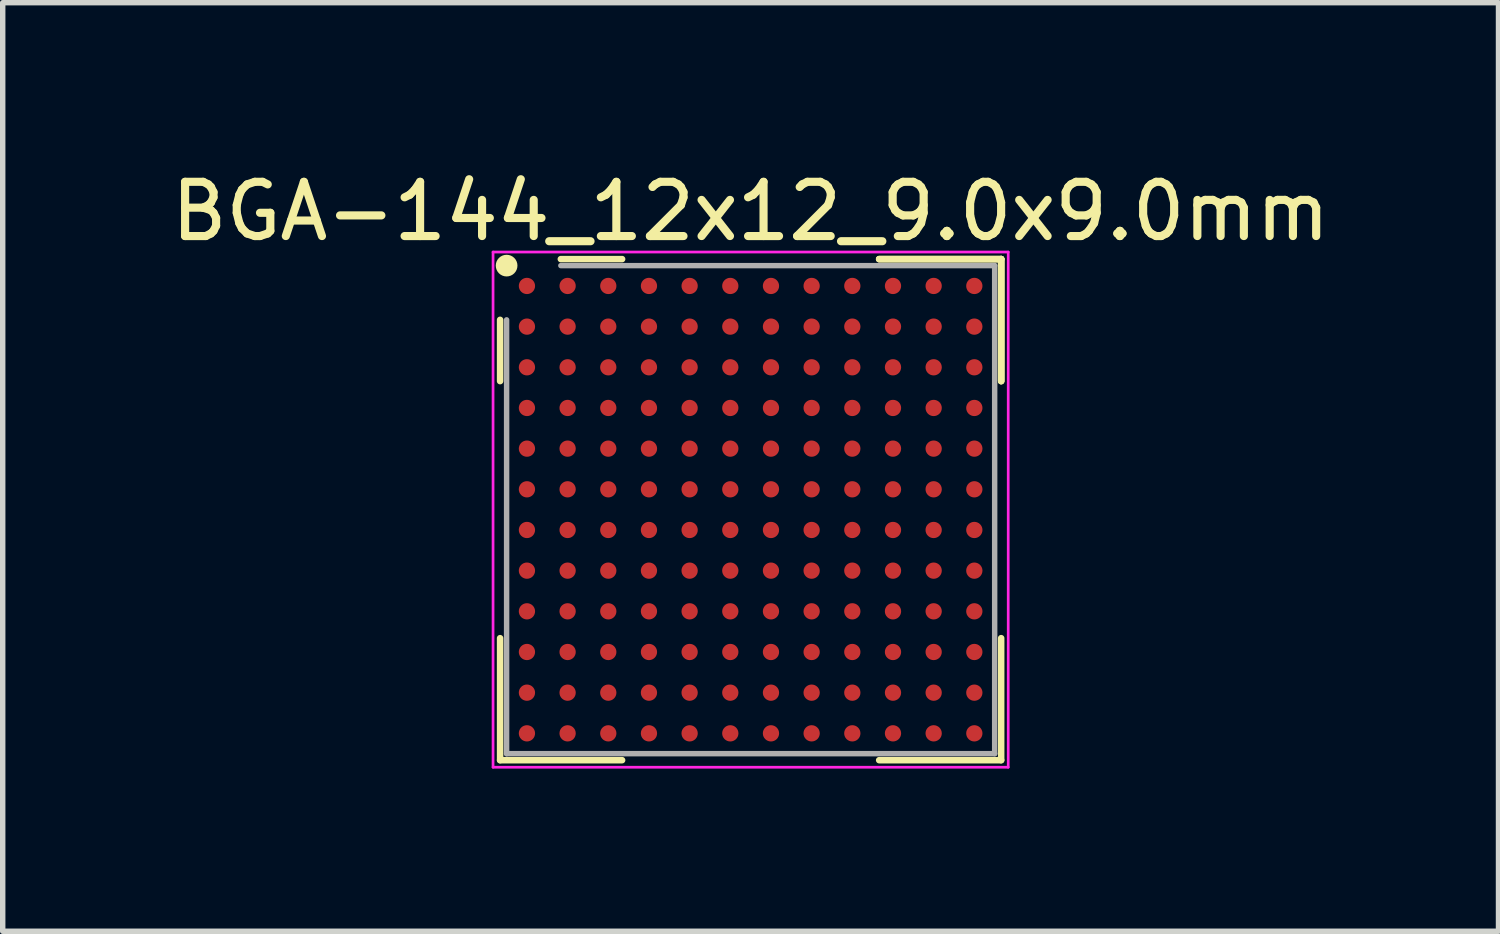
<source format=kicad_pcb>
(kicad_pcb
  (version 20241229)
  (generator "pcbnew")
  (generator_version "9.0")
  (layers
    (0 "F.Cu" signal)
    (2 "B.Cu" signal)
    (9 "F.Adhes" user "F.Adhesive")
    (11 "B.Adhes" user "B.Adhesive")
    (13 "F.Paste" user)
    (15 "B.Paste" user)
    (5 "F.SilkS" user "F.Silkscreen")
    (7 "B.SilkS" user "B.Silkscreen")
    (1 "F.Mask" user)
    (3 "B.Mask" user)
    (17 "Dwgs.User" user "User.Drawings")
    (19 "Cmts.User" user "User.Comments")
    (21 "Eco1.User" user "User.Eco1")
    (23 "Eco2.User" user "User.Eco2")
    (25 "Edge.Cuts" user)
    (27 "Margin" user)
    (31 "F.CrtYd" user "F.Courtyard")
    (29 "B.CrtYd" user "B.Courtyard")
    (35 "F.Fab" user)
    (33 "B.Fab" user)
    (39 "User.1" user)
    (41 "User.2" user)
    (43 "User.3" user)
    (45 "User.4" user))
  (footprint "BGA-144_12x12_9.0x9.0mm"
    (layer "F.Cu")
    (at 10.792 6.348)
    (property "Reference" "BGA-144_12x12_9.0x9.0mm" (at 0 -5.5 0) (layer "F.SilkS") (effects (font (size 1 1) (thickness 0.15))))
    (attr smd)
    (fp_line (start -4.62 -3.5) (end -4.62 -2.37) (stroke (width 0.12) (type solid)) (layer "F.SilkS"))
    (fp_line (start -4.62 4.62) (end -4.62 2.37) (stroke (width 0.12) (type solid)) (layer "F.SilkS"))
    (fp_line (start -2.37 -4.62) (end -3.5 -4.62) (stroke (width 0.12) (type solid)) (layer "F.SilkS"))
    (fp_line (start -2.37 4.62) (end -4.62 4.62) (stroke (width 0.12) (type solid)) (layer "F.SilkS"))
    (fp_line (start 2.37 -4.62) (end 4.62 -4.62) (stroke (width 0.12) (type solid)) (layer "F.SilkS"))
    (fp_line (start 2.37 -4.62) (end 4.62 -4.62) (stroke (width 0.12) (type solid)) (layer "F.SilkS"))
    (fp_line (start 2.37 -4.62) (end 4.62 -4.62) (stroke (width 0.12) (type solid)) (layer "F.SilkS"))
    (fp_line (start 2.37 4.62) (end 4.62 4.62) (stroke (width 0.12) (type solid)) (layer "F.SilkS"))
    (fp_line (start 4.62 -4.62) (end 4.62 -2.37) (stroke (width 0.12) (type solid)) (layer "F.SilkS"))
    (fp_line (start 4.62 -4.62) (end 4.62 -2.37) (stroke (width 0.12) (type solid)) (layer "F.SilkS"))
    (fp_line (start 4.62 -4.62) (end 4.62 -2.37) (stroke (width 0.12) (type solid)) (layer "F.SilkS"))
    (fp_line (start 4.62 4.62) (end 4.62 2.37) (stroke (width 0.12) (type solid)) (layer "F.SilkS"))
    (fp_circle (center -4.5 -4.5) (end -4.5 -4.4) (stroke (width 0.2) (type solid)) (fill no) (layer "F.SilkS"))
    (fp_line (start -4.75 -4.75) (end 4.75 -4.75) (stroke (width 0.05) (type solid)) (layer "F.CrtYd"))
    (fp_line (start -4.75 4.75) (end -4.75 -4.75) (stroke (width 0.05) (type solid)) (layer "F.CrtYd"))
    (fp_line (start 4.75 -4.75) (end 4.75 4.75) (stroke (width 0.05) (type solid)) (layer "F.CrtYd"))
    (fp_line (start 4.75 4.75) (end -4.75 4.75) (stroke (width 0.05) (type solid)) (layer "F.CrtYd"))
    (fp_line (start -4.5 -3.5) (end -4.5 4.5) (stroke (width 0.1) (type solid)) (layer "F.Fab"))
    (fp_line (start -4.5 4.5) (end 4.5 4.5) (stroke (width 0.1) (type solid)) (layer "F.Fab"))
    (fp_line (start 4.5 -4.5) (end -3.5 -4.5) (stroke (width 0.1) (type solid)) (layer "F.Fab"))
    (fp_line (start 4.5 4.5) (end 4.5 -4.5) (stroke (width 0.1) (type solid)) (layer "F.Fab"))
    (pad "A1" smd circle (at -4.125 -4.125) (size 0.3 0.3) (layers "F.Cu" "F.Mask" "F.Paste"))
    (pad "A2" smd circle (at -3.375 -4.125) (size 0.3 0.3) (layers "F.Cu" "F.Mask" "F.Paste"))
    (pad "A3" smd circle (at -2.625 -4.125) (size 0.3 0.3) (layers "F.Cu" "F.Mask" "F.Paste"))
    (pad "A4" smd circle (at -1.875 -4.125) (size 0.3 0.3) (layers "F.Cu" "F.Mask" "F.Paste"))
    (pad "A5" smd circle (at -1.125 -4.125) (size 0.3 0.3) (layers "F.Cu" "F.Mask" "F.Paste"))
    (pad "A6" smd circle (at -0.375 -4.125) (size 0.3 0.3) (layers "F.Cu" "F.Mask" "F.Paste"))
    (pad "A7" smd circle (at 0.375 -4.125) (size 0.3 0.3) (layers "F.Cu" "F.Mask" "F.Paste"))
    (pad "A8" smd circle (at 1.125 -4.125) (size 0.3 0.3) (layers "F.Cu" "F.Mask" "F.Paste"))
    (pad "A9" smd circle (at 1.875 -4.125) (size 0.3 0.3) (layers "F.Cu" "F.Mask" "F.Paste"))
    (pad "A10" smd circle (at 2.625 -4.125) (size 0.3 0.3) (layers "F.Cu" "F.Mask" "F.Paste"))
    (pad "A11" smd circle (at 3.375 -4.125) (size 0.3 0.3) (layers "F.Cu" "F.Mask" "F.Paste"))
    (pad "A12" smd circle (at 4.125 -4.125) (size 0.3 0.3) (layers "F.Cu" "F.Mask" "F.Paste"))
    (pad "B1" smd circle (at -4.125 -3.375) (size 0.3 0.3) (layers "F.Cu" "F.Mask" "F.Paste"))
    (pad "B2" smd circle (at -3.375 -3.375) (size 0.3 0.3) (layers "F.Cu" "F.Mask" "F.Paste"))
    (pad "B3" smd circle (at -2.625 -3.375) (size 0.3 0.3) (layers "F.Cu" "F.Mask" "F.Paste"))
    (pad "B4" smd circle (at -1.875 -3.375) (size 0.3 0.3) (layers "F.Cu" "F.Mask" "F.Paste"))
    (pad "B5" smd circle (at -1.125 -3.375) (size 0.3 0.3) (layers "F.Cu" "F.Mask" "F.Paste"))
    (pad "B6" smd circle (at -0.375 -3.375) (size 0.3 0.3) (layers "F.Cu" "F.Mask" "F.Paste"))
    (pad "B7" smd circle (at 0.375 -3.375) (size 0.3 0.3) (layers "F.Cu" "F.Mask" "F.Paste"))
    (pad "B8" smd circle (at 1.125 -3.375) (size 0.3 0.3) (layers "F.Cu" "F.Mask" "F.Paste"))
    (pad "B9" smd circle (at 1.875 -3.375) (size 0.3 0.3) (layers "F.Cu" "F.Mask" "F.Paste"))
    (pad "B10" smd circle (at 2.625 -3.375) (size 0.3 0.3) (layers "F.Cu" "F.Mask" "F.Paste"))
    (pad "B11" smd circle (at 3.375 -3.375) (size 0.3 0.3) (layers "F.Cu" "F.Mask" "F.Paste"))
    (pad "B12" smd circle (at 4.125 -3.375) (size 0.3 0.3) (layers "F.Cu" "F.Mask" "F.Paste"))
    (pad "C1" smd circle (at -4.125 -2.625) (size 0.3 0.3) (layers "F.Cu" "F.Mask" "F.Paste"))
    (pad "C2" smd circle (at -3.375 -2.625) (size 0.3 0.3) (layers "F.Cu" "F.Mask" "F.Paste"))
    (pad "C3" smd circle (at -2.625 -2.625) (size 0.3 0.3) (layers "F.Cu" "F.Mask" "F.Paste"))
    (pad "C4" smd circle (at -1.875 -2.625) (size 0.3 0.3) (layers "F.Cu" "F.Mask" "F.Paste"))
    (pad "C5" smd circle (at -1.125 -2.625) (size 0.3 0.3) (layers "F.Cu" "F.Mask" "F.Paste"))
    (pad "C6" smd circle (at -0.375 -2.625) (size 0.3 0.3) (layers "F.Cu" "F.Mask" "F.Paste"))
    (pad "C7" smd circle (at 0.375 -2.625) (size 0.3 0.3) (layers "F.Cu" "F.Mask" "F.Paste"))
    (pad "C8" smd circle (at 1.125 -2.625) (size 0.3 0.3) (layers "F.Cu" "F.Mask" "F.Paste"))
    (pad "C9" smd circle (at 1.875 -2.625) (size 0.3 0.3) (layers "F.Cu" "F.Mask" "F.Paste"))
    (pad "C10" smd circle (at 2.625 -2.625) (size 0.3 0.3) (layers "F.Cu" "F.Mask" "F.Paste"))
    (pad "C11" smd circle (at 3.375 -2.625) (size 0.3 0.3) (layers "F.Cu" "F.Mask" "F.Paste"))
    (pad "C12" smd circle (at 4.125 -2.625) (size 0.3 0.3) (layers "F.Cu" "F.Mask" "F.Paste"))
    (pad "D1" smd circle (at -4.125 -1.875) (size 0.3 0.3) (layers "F.Cu" "F.Mask" "F.Paste"))
    (pad "D2" smd circle (at -3.375 -1.875) (size 0.3 0.3) (layers "F.Cu" "F.Mask" "F.Paste"))
    (pad "D3" smd circle (at -2.625 -1.875) (size 0.3 0.3) (layers "F.Cu" "F.Mask" "F.Paste"))
    (pad "D4" smd circle (at -1.875 -1.875) (size 0.3 0.3) (layers "F.Cu" "F.Mask" "F.Paste"))
    (pad "D5" smd circle (at -1.125 -1.875) (size 0.3 0.3) (layers "F.Cu" "F.Mask" "F.Paste"))
    (pad "D6" smd circle (at -0.375 -1.875) (size 0.3 0.3) (layers "F.Cu" "F.Mask" "F.Paste"))
    (pad "D7" smd circle (at 0.375 -1.875) (size 0.3 0.3) (layers "F.Cu" "F.Mask" "F.Paste"))
    (pad "D8" smd circle (at 1.125 -1.875) (size 0.3 0.3) (layers "F.Cu" "F.Mask" "F.Paste"))
    (pad "D9" smd circle (at 1.875 -1.875) (size 0.3 0.3) (layers "F.Cu" "F.Mask" "F.Paste"))
    (pad "D10" smd circle (at 2.625 -1.875) (size 0.3 0.3) (layers "F.Cu" "F.Mask" "F.Paste"))
    (pad "D11" smd circle (at 3.375 -1.875) (size 0.3 0.3) (layers "F.Cu" "F.Mask" "F.Paste"))
    (pad "D12" smd circle (at 4.125 -1.875) (size 0.3 0.3) (layers "F.Cu" "F.Mask" "F.Paste"))
    (pad "E1" smd circle (at -4.125 -1.125) (size 0.3 0.3) (layers "F.Cu" "F.Mask" "F.Paste"))
    (pad "E2" smd circle (at -3.375 -1.125) (size 0.3 0.3) (layers "F.Cu" "F.Mask" "F.Paste"))
    (pad "E3" smd circle (at -2.625 -1.125) (size 0.3 0.3) (layers "F.Cu" "F.Mask" "F.Paste"))
    (pad "E4" smd circle (at -1.875 -1.125) (size 0.3 0.3) (layers "F.Cu" "F.Mask" "F.Paste"))
    (pad "E5" smd circle (at -1.125 -1.125) (size 0.3 0.3) (layers "F.Cu" "F.Mask" "F.Paste"))
    (pad "E6" smd circle (at -0.375 -1.125) (size 0.3 0.3) (layers "F.Cu" "F.Mask" "F.Paste"))
    (pad "E7" smd circle (at 0.375 -1.125) (size 0.3 0.3) (layers "F.Cu" "F.Mask" "F.Paste"))
    (pad "E8" smd circle (at 1.125 -1.125) (size 0.3 0.3) (layers "F.Cu" "F.Mask" "F.Paste"))
    (pad "E9" smd circle (at 1.875 -1.125) (size 0.3 0.3) (layers "F.Cu" "F.Mask" "F.Paste"))
    (pad "E10" smd circle (at 2.625 -1.125) (size 0.3 0.3) (layers "F.Cu" "F.Mask" "F.Paste"))
    (pad "E11" smd circle (at 3.375 -1.125) (size 0.3 0.3) (layers "F.Cu" "F.Mask" "F.Paste"))
    (pad "E12" smd circle (at 4.125 -1.125) (size 0.3 0.3) (layers "F.Cu" "F.Mask" "F.Paste"))
    (pad "F1" smd circle (at -4.125 -0.375) (size 0.3 0.3) (layers "F.Cu" "F.Mask" "F.Paste"))
    (pad "F2" smd circle (at -3.375 -0.375) (size 0.3 0.3) (layers "F.Cu" "F.Mask" "F.Paste"))
    (pad "F3" smd circle (at -2.625 -0.375) (size 0.3 0.3) (layers "F.Cu" "F.Mask" "F.Paste"))
    (pad "F4" smd circle (at -1.875 -0.375) (size 0.3 0.3) (layers "F.Cu" "F.Mask" "F.Paste"))
    (pad "F5" smd circle (at -1.125 -0.375) (size 0.3 0.3) (layers "F.Cu" "F.Mask" "F.Paste"))
    (pad "F6" smd circle (at -0.375 -0.375) (size 0.3 0.3) (layers "F.Cu" "F.Mask" "F.Paste"))
    (pad "F7" smd circle (at 0.375 -0.375) (size 0.3 0.3) (layers "F.Cu" "F.Mask" "F.Paste"))
    (pad "F8" smd circle (at 1.125 -0.375) (size 0.3 0.3) (layers "F.Cu" "F.Mask" "F.Paste"))
    (pad "F9" smd circle (at 1.875 -0.375) (size 0.3 0.3) (layers "F.Cu" "F.Mask" "F.Paste"))
    (pad "F10" smd circle (at 2.625 -0.375) (size 0.3 0.3) (layers "F.Cu" "F.Mask" "F.Paste"))
    (pad "F11" smd circle (at 3.375 -0.375) (size 0.3 0.3) (layers "F.Cu" "F.Mask" "F.Paste"))
    (pad "F12" smd circle (at 4.125 -0.375) (size 0.3 0.3) (layers "F.Cu" "F.Mask" "F.Paste"))
    (pad "G1" smd circle (at -4.125 0.375) (size 0.3 0.3) (layers "F.Cu" "F.Mask" "F.Paste"))
    (pad "G2" smd circle (at -3.375 0.375) (size 0.3 0.3) (layers "F.Cu" "F.Mask" "F.Paste"))
    (pad "G3" smd circle (at -2.625 0.375) (size 0.3 0.3) (layers "F.Cu" "F.Mask" "F.Paste"))
    (pad "G4" smd circle (at -1.875 0.375) (size 0.3 0.3) (layers "F.Cu" "F.Mask" "F.Paste"))
    (pad "G5" smd circle (at -1.125 0.375) (size 0.3 0.3) (layers "F.Cu" "F.Mask" "F.Paste"))
    (pad "G6" smd circle (at -0.375 0.375) (size 0.3 0.3) (layers "F.Cu" "F.Mask" "F.Paste"))
    (pad "G7" smd circle (at 0.375 0.375) (size 0.3 0.3) (layers "F.Cu" "F.Mask" "F.Paste"))
    (pad "G8" smd circle (at 1.125 0.375) (size 0.3 0.3) (layers "F.Cu" "F.Mask" "F.Paste"))
    (pad "G9" smd circle (at 1.875 0.375) (size 0.3 0.3) (layers "F.Cu" "F.Mask" "F.Paste"))
    (pad "G10" smd circle (at 2.625 0.375) (size 0.3 0.3) (layers "F.Cu" "F.Mask" "F.Paste"))
    (pad "G11" smd circle (at 3.375 0.375) (size 0.3 0.3) (layers "F.Cu" "F.Mask" "F.Paste"))
    (pad "G12" smd circle (at 4.125 0.375) (size 0.3 0.3) (layers "F.Cu" "F.Mask" "F.Paste"))
    (pad "H1" smd circle (at -4.125 1.125) (size 0.3 0.3) (layers "F.Cu" "F.Mask" "F.Paste"))
    (pad "H2" smd circle (at -3.375 1.125) (size 0.3 0.3) (layers "F.Cu" "F.Mask" "F.Paste"))
    (pad "H3" smd circle (at -2.625 1.125) (size 0.3 0.3) (layers "F.Cu" "F.Mask" "F.Paste"))
    (pad "H4" smd circle (at -1.875 1.125) (size 0.3 0.3) (layers "F.Cu" "F.Mask" "F.Paste"))
    (pad "H5" smd circle (at -1.125 1.125) (size 0.3 0.3) (layers "F.Cu" "F.Mask" "F.Paste"))
    (pad "H6" smd circle (at -0.375 1.125) (size 0.3 0.3) (layers "F.Cu" "F.Mask" "F.Paste"))
    (pad "H7" smd circle (at 0.375 1.125) (size 0.3 0.3) (layers "F.Cu" "F.Mask" "F.Paste"))
    (pad "H8" smd circle (at 1.125 1.125) (size 0.3 0.3) (layers "F.Cu" "F.Mask" "F.Paste"))
    (pad "H9" smd circle (at 1.875 1.125) (size 0.3 0.3) (layers "F.Cu" "F.Mask" "F.Paste"))
    (pad "H10" smd circle (at 2.625 1.125) (size 0.3 0.3) (layers "F.Cu" "F.Mask" "F.Paste"))
    (pad "H11" smd circle (at 3.375 1.125) (size 0.3 0.3) (layers "F.Cu" "F.Mask" "F.Paste"))
    (pad "H12" smd circle (at 4.125 1.125) (size 0.3 0.3) (layers "F.Cu" "F.Mask" "F.Paste"))
    (pad "J1" smd circle (at -4.125 1.875) (size 0.3 0.3) (layers "F.Cu" "F.Mask" "F.Paste"))
    (pad "J2" smd circle (at -3.375 1.875) (size 0.3 0.3) (layers "F.Cu" "F.Mask" "F.Paste"))
    (pad "J3" smd circle (at -2.625 1.875) (size 0.3 0.3) (layers "F.Cu" "F.Mask" "F.Paste"))
    (pad "J4" smd circle (at -1.875 1.875) (size 0.3 0.3) (layers "F.Cu" "F.Mask" "F.Paste"))
    (pad "J5" smd circle (at -1.125 1.875) (size 0.3 0.3) (layers "F.Cu" "F.Mask" "F.Paste"))
    (pad "J6" smd circle (at -0.375 1.875) (size 0.3 0.3) (layers "F.Cu" "F.Mask" "F.Paste"))
    (pad "J7" smd circle (at 0.375 1.875) (size 0.3 0.3) (layers "F.Cu" "F.Mask" "F.Paste"))
    (pad "J8" smd circle (at 1.125 1.875) (size 0.3 0.3) (layers "F.Cu" "F.Mask" "F.Paste"))
    (pad "J9" smd circle (at 1.875 1.875) (size 0.3 0.3) (layers "F.Cu" "F.Mask" "F.Paste"))
    (pad "J10" smd circle (at 2.625 1.875) (size 0.3 0.3) (layers "F.Cu" "F.Mask" "F.Paste"))
    (pad "J11" smd circle (at 3.375 1.875) (size 0.3 0.3) (layers "F.Cu" "F.Mask" "F.Paste"))
    (pad "J12" smd circle (at 4.125 1.875) (size 0.3 0.3) (layers "F.Cu" "F.Mask" "F.Paste"))
    (pad "K1" smd circle (at -4.125 2.625) (size 0.3 0.3) (layers "F.Cu" "F.Mask" "F.Paste"))
    (pad "K2" smd circle (at -3.375 2.625) (size 0.3 0.3) (layers "F.Cu" "F.Mask" "F.Paste"))
    (pad "K3" smd circle (at -2.625 2.625) (size 0.3 0.3) (layers "F.Cu" "F.Mask" "F.Paste"))
    (pad "K4" smd circle (at -1.875 2.625) (size 0.3 0.3) (layers "F.Cu" "F.Mask" "F.Paste"))
    (pad "K5" smd circle (at -1.125 2.625) (size 0.3 0.3) (layers "F.Cu" "F.Mask" "F.Paste"))
    (pad "K6" smd circle (at -0.375 2.625) (size 0.3 0.3) (layers "F.Cu" "F.Mask" "F.Paste"))
    (pad "K7" smd circle (at 0.375 2.625) (size 0.3 0.3) (layers "F.Cu" "F.Mask" "F.Paste"))
    (pad "K8" smd circle (at 1.125 2.625) (size 0.3 0.3) (layers "F.Cu" "F.Mask" "F.Paste"))
    (pad "K9" smd circle (at 1.875 2.625) (size 0.3 0.3) (layers "F.Cu" "F.Mask" "F.Paste"))
    (pad "K10" smd circle (at 2.625 2.625) (size 0.3 0.3) (layers "F.Cu" "F.Mask" "F.Paste"))
    (pad "K11" smd circle (at 3.375 2.625) (size 0.3 0.3) (layers "F.Cu" "F.Mask" "F.Paste"))
    (pad "K12" smd circle (at 4.125 2.625) (size 0.3 0.3) (layers "F.Cu" "F.Mask" "F.Paste"))
    (pad "L1" smd circle (at -4.125 3.375) (size 0.3 0.3) (layers "F.Cu" "F.Mask" "F.Paste"))
    (pad "L2" smd circle (at -3.375 3.375) (size 0.3 0.3) (layers "F.Cu" "F.Mask" "F.Paste"))
    (pad "L3" smd circle (at -2.625 3.375) (size 0.3 0.3) (layers "F.Cu" "F.Mask" "F.Paste"))
    (pad "L4" smd circle (at -1.875 3.375) (size 0.3 0.3) (layers "F.Cu" "F.Mask" "F.Paste"))
    (pad "L5" smd circle (at -1.125 3.375) (size 0.3 0.3) (layers "F.Cu" "F.Mask" "F.Paste"))
    (pad "L6" smd circle (at -0.375 3.375) (size 0.3 0.3) (layers "F.Cu" "F.Mask" "F.Paste"))
    (pad "L7" smd circle (at 0.375 3.375) (size 0.3 0.3) (layers "F.Cu" "F.Mask" "F.Paste"))
    (pad "L8" smd circle (at 1.125 3.375) (size 0.3 0.3) (layers "F.Cu" "F.Mask" "F.Paste"))
    (pad "L9" smd circle (at 1.875 3.375) (size 0.3 0.3) (layers "F.Cu" "F.Mask" "F.Paste"))
    (pad "L10" smd circle (at 2.625 3.375) (size 0.3 0.3) (layers "F.Cu" "F.Mask" "F.Paste"))
    (pad "L11" smd circle (at 3.375 3.375) (size 0.3 0.3) (layers "F.Cu" "F.Mask" "F.Paste"))
    (pad "L12" smd circle (at 4.125 3.375) (size 0.3 0.3) (layers "F.Cu" "F.Mask" "F.Paste"))
    (pad "M1" smd circle (at -4.125 4.125) (size 0.3 0.3) (layers "F.Cu" "F.Mask" "F.Paste"))
    (pad "M2" smd circle (at -3.375 4.125) (size 0.3 0.3) (layers "F.Cu" "F.Mask" "F.Paste"))
    (pad "M3" smd circle (at -2.625 4.125) (size 0.3 0.3) (layers "F.Cu" "F.Mask" "F.Paste"))
    (pad "M4" smd circle (at -1.875 4.125) (size 0.3 0.3) (layers "F.Cu" "F.Mask" "F.Paste"))
    (pad "M5" smd circle (at -1.125 4.125) (size 0.3 0.3) (layers "F.Cu" "F.Mask" "F.Paste"))
    (pad "M6" smd circle (at -0.375 4.125) (size 0.3 0.3) (layers "F.Cu" "F.Mask" "F.Paste"))
    (pad "M7" smd circle (at 0.375 4.125) (size 0.3 0.3) (layers "F.Cu" "F.Mask" "F.Paste"))
    (pad "M8" smd circle (at 1.125 4.125) (size 0.3 0.3) (layers "F.Cu" "F.Mask" "F.Paste"))
    (pad "M9" smd circle (at 1.875 4.125) (size 0.3 0.3) (layers "F.Cu" "F.Mask" "F.Paste"))
    (pad "M10" smd circle (at 2.625 4.125) (size 0.3 0.3) (layers "F.Cu" "F.Mask" "F.Paste"))
    (pad "M11" smd circle (at 3.375 4.125) (size 0.3 0.3) (layers "F.Cu" "F.Mask" "F.Paste"))
    (pad "M12" smd circle (at 4.125 4.125) (size 0.3 0.3) (layers "F.Cu" "F.Mask" "F.Paste")))
  (gr_rect
    (start -3 -3)
    (end 24.583 14.123)
    (stroke (width 0.1) (type default))
    (fill no)
    (layer "Edge.Cuts")))
</source>
